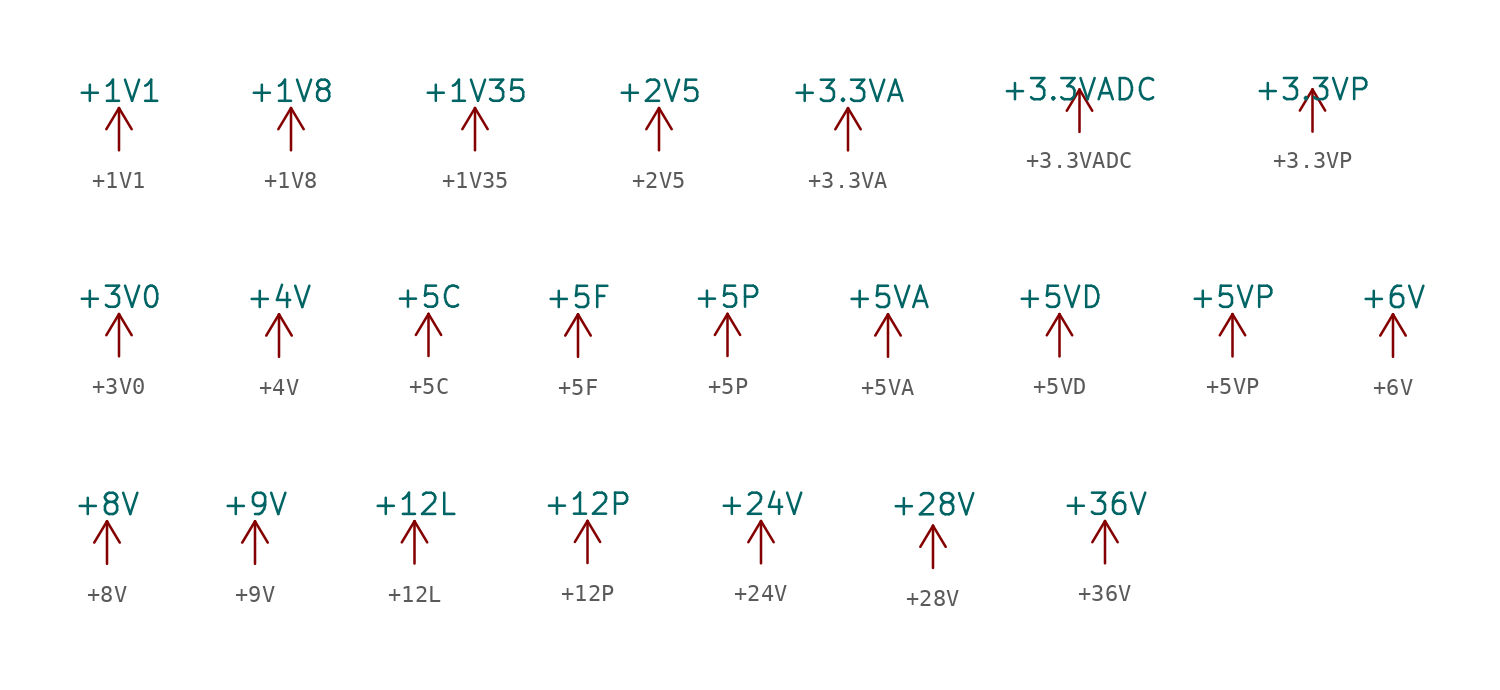
<source format=kicad_sym>
(kicad_symbol_lib
  (version 20211014)
  (generator kicad_symbol_editor)
  (symbol "power1:+1V1"
    (power)
    (pin_names
      (offset 0))
    (property "Reference" "#PWR"
      (at 0 -3.81 0)
      (effects (font (size 1.27 1.27)) hide))
    (property "Value" "+1V1"
      (at 0 3.556 0)
      (effects (font (size 1.27 1.27))))
    (symbol "+1V1_0_1"
      (polyline (pts (xy -0.762 1.27) (xy 0 2.54)) (stroke (width 0) (type default) (color 0 0 0 0)) (fill (type none)))
      (polyline (pts (xy 0 0) (xy 0 2.54)) (stroke (width 0) (type default) (color 0 0 0 0)) (fill (type none)))
      (polyline (pts (xy 0 2.54) (xy 0.762 1.27)) (stroke (width 0) (type default) (color 0 0 0 0)) (fill (type none))))
    (symbol "+1V1_1_1"
      (pin power_in line (at 0 0 90) (length 0) hide (name "+1V1" (effects (font (size 1.27 1.27)))) (number "1" (effects (font (size 1.27 1.27)))))))
  (symbol "power1:+1V8"
    (power)
    (pin_names
      (offset 0))
    (property "Reference" "#PWR"
      (at 0 -3.81 0)
      (effects (font (size 1.27 1.27)) hide))
    (property "Value" "+1V8"
      (at 0 3.556 0)
      (effects (font (size 1.27 1.27))))
    (symbol "+1V8_0_1"
      (polyline (pts (xy -0.762 1.27) (xy 0 2.54)) (stroke (width 0) (type default) (color 0 0 0 0)) (fill (type none)))
      (polyline (pts (xy 0 0) (xy 0 2.54)) (stroke (width 0) (type default) (color 0 0 0 0)) (fill (type none)))
      (polyline (pts (xy 0 2.54) (xy 0.762 1.27)) (stroke (width 0) (type default) (color 0 0 0 0)) (fill (type none))))
    (symbol "+1V8_1_1"
      (pin power_in line (at 0 0 90) (length 0) hide (name "+1V8" (effects (font (size 1.27 1.27)))) (number "1" (effects (font (size 1.27 1.27)))))))
  (symbol "power1:+1V35"
    (power)
    (pin_names
      (offset 0))
    (property "Reference" "#PWR"
      (at 0 -3.81 0)
      (effects (font (size 1.27 1.27)) hide))
    (property "Value" "+1V35"
      (at 0 3.556 0)
      (effects (font (size 1.27 1.27))))
    (symbol "+1V35_0_1"
      (polyline (pts (xy -0.762 1.27) (xy 0 2.54)) (stroke (width 0) (type default) (color 0 0 0 0)) (fill (type none)))
      (polyline (pts (xy 0 0) (xy 0 2.54)) (stroke (width 0) (type default) (color 0 0 0 0)) (fill (type none)))
      (polyline (pts (xy 0 2.54) (xy 0.762 1.27)) (stroke (width 0) (type default) (color 0 0 0 0)) (fill (type none))))
    (symbol "+1V35_1_1"
      (pin power_in line (at 0 0 90) (length 0) hide (name "+1V35" (effects (font (size 1.27 1.27)))) (number "1" (effects (font (size 1.27 1.27)))))))
  (symbol "power1:+2V5"
    (power)
    (pin_names
      (offset 0))
    (property "Reference" "#PWR"
      (at 0 -3.81 0)
      (effects (font (size 1.27 1.27)) hide))
    (property "Value" "+2V5"
      (at 0 3.556 0)
      (effects (font (size 1.27 1.27))))
    (symbol "+2V5_0_1"
      (polyline (pts (xy -0.762 1.27) (xy 0 2.54)) (stroke (width 0) (type default) (color 0 0 0 0)) (fill (type none)))
      (polyline (pts (xy 0 0) (xy 0 2.54)) (stroke (width 0) (type default) (color 0 0 0 0)) (fill (type none)))
      (polyline (pts (xy 0 2.54) (xy 0.762 1.27)) (stroke (width 0) (type default) (color 0 0 0 0)) (fill (type none))))
    (symbol "+2V5_1_1"
      (pin power_in line (at 0 0 90) (length 0) hide (name "+2V5" (effects (font (size 1.27 1.27)))) (number "1" (effects (font (size 1.27 1.27)))))))
  (symbol "power1:+3.3VA"
    (power)
    (pin_names
      (offset 0))
    (property "Reference" "#PWR"
      (at 0 -3.81 0)
      (effects (font (size 1.27 1.27)) hide))
    (property "Value" "+3.3VA"
      (at 0 3.556 0)
      (effects (font (size 1.27 1.27))))
    (symbol "+3.3VA_0_1"
      (polyline (pts (xy -0.762 1.27) (xy 0 2.54)) (stroke (width 0) (type default) (color 0 0 0 0)) (fill (type none)))
      (polyline (pts (xy 0 0) (xy 0 2.54)) (stroke (width 0) (type default) (color 0 0 0 0)) (fill (type none)))
      (polyline (pts (xy 0 2.54) (xy 0.762 1.27)) (stroke (width 0) (type default) (color 0 0 0 0)) (fill (type none))))
    (symbol "+3.3VA_1_1"
      (pin power_in line (at 0 0 90) (length 0) hide (name "+3.3VA" (effects (font (size 1.27 1.27)))) (number "1" (effects (font (size 1.27 1.27)))))))
  (symbol "power1:+3.3VADC"
    (power)
    (pin_names
      (offset 0))
    (property "Reference" "#PWR"
      (at 3.81 -1.27 0)
      (effects (font (size 1.27 1.27)) hide))
    (property "Value" "+3.3VADC"
      (at 0 2.54 0)
      (effects (font (size 1.27 1.27))))
    (symbol "+3.3VADC_0_0"
      (pin power_in line (at 0 0 90) (length 0) hide (name "+3.3VADC" (effects (font (size 1.27 1.27)))) (number "1" (effects (font (size 1.27 1.27))))))
    (symbol "+3.3VADC_0_1"
      (polyline (pts (xy -0.762 1.27) (xy 0 2.54)) (stroke (width 0) (type default) (color 0 0 0 0)) (fill (type none)))
      (polyline (pts (xy 0 0) (xy 0 2.54)) (stroke (width 0) (type default) (color 0 0 0 0)) (fill (type none)))
      (polyline (pts (xy 0 2.54) (xy 0.762 1.27)) (stroke (width 0) (type default) (color 0 0 0 0)) (fill (type none)))))
  (symbol "power1:+3.3VP"
    (power)
    (pin_names
      (offset 0))
    (property "Reference" "#PWR"
      (at 3.81 -1.27 0)
      (effects (font (size 1.27 1.27)) hide))
    (property "Value" "+3.3VP"
      (at 0 2.54 0)
      (effects (font (size 1.27 1.27))))
    (symbol "+3.3VP_0_0"
      (pin power_in line (at 0 0 90) (length 0) hide (name "+3.3VP" (effects (font (size 1.27 1.27)))) (number "1" (effects (font (size 1.27 1.27))))))
    (symbol "+3.3VP_0_1"
      (polyline (pts (xy -0.762 1.27) (xy 0 2.54)) (stroke (width 0) (type default) (color 0 0 0 0)) (fill (type none)))
      (polyline (pts (xy 0 0) (xy 0 2.54)) (stroke (width 0) (type default) (color 0 0 0 0)) (fill (type none)))
      (polyline (pts (xy 0 2.54) (xy 0.762 1.27)) (stroke (width 0) (type default) (color 0 0 0 0)) (fill (type none)))))
  (symbol "power1:+3V0"
    (power)
    (pin_names
      (offset 0))
    (property "Reference" "#PWR"
      (at 0 -3.81 0)
      (effects (font (size 1.27 1.27)) hide))
    (property "Value" "+3V0"
      (at 0 3.556 0)
      (effects (font (size 1.27 1.27))))
    (symbol "+3V0_0_1"
      (polyline (pts (xy -0.762 1.27) (xy 0 2.54)) (stroke (width 0) (type default) (color 0 0 0 0)) (fill (type none)))
      (polyline (pts (xy 0 0) (xy 0 2.54)) (stroke (width 0) (type default) (color 0 0 0 0)) (fill (type none)))
      (polyline (pts (xy 0 2.54) (xy 0.762 1.27)) (stroke (width 0) (type default) (color 0 0 0 0)) (fill (type none))))
    (symbol "+3V0_1_1"
      (pin power_in line (at 0 0 90) (length 0) hide (name "+3V0" (effects (font (size 1.27 1.27)))) (number "1" (effects (font (size 1.27 1.27)))))))
  (symbol "power1:+4V"
    (power)
    (pin_names
      (offset 0))
    (property "Reference" "#PWR"
      (at 0 -3.81 0)
      (effects (font (size 1.27 1.27)) hide))
    (property "Value" "+4V"
      (at 0 3.556 0)
      (effects (font (size 1.27 1.27))))
    (symbol "+4V_0_1"
      (polyline (pts (xy -0.762 1.27) (xy 0 2.54)) (stroke (width 0) (type default) (color 0 0 0 0)) (fill (type none)))
      (polyline (pts (xy 0 0) (xy 0 2.54)) (stroke (width 0) (type default) (color 0 0 0 0)) (fill (type none)))
      (polyline (pts (xy 0 2.54) (xy 0.762 1.27)) (stroke (width 0) (type default) (color 0 0 0 0)) (fill (type none))))
    (symbol "+4V_1_1"
      (pin power_in line (at 0 0 90) (length 0) hide (name "+4V" (effects (font (size 1.27 1.27)))) (number "1" (effects (font (size 1.27 1.27)))))))
  (symbol "power1:+5C"
    (power)
    (pin_names
      (offset 0))
    (property "Reference" "#PWR"
      (at 0 -3.81 0)
      (effects (font (size 1.27 1.27)) hide))
    (property "Value" "+5C"
      (at 0 3.556 0)
      (effects (font (size 1.27 1.27))))
    (symbol "+5C_0_1"
      (polyline (pts (xy -0.762 1.27) (xy 0 2.54)) (stroke (width 0) (type default) (color 0 0 0 0)) (fill (type none)))
      (polyline (pts (xy 0 0) (xy 0 2.54)) (stroke (width 0) (type default) (color 0 0 0 0)) (fill (type none)))
      (polyline (pts (xy 0 2.54) (xy 0.762 1.27)) (stroke (width 0) (type default) (color 0 0 0 0)) (fill (type none))))
    (symbol "+5C_1_1"
      (pin power_in line (at 0 0 90) (length 0) hide (name "+5C" (effects (font (size 1.27 1.27)))) (number "1" (effects (font (size 1.27 1.27)))))))
  (symbol "power1:+5F"
    (power)
    (pin_names
      (offset 0))
    (property "Reference" "#PWR"
      (at 0 -3.81 0)
      (effects (font (size 1.27 1.27)) hide))
    (property "Value" "+5F"
      (at 0 3.556 0)
      (effects (font (size 1.27 1.27))))
    (symbol "+5F_0_1"
      (polyline (pts (xy -0.762 1.27) (xy 0 2.54)) (stroke (width 0) (type default) (color 0 0 0 0)) (fill (type none)))
      (polyline (pts (xy 0 0) (xy 0 2.54)) (stroke (width 0) (type default) (color 0 0 0 0)) (fill (type none)))
      (polyline (pts (xy 0 2.54) (xy 0.762 1.27)) (stroke (width 0) (type default) (color 0 0 0 0)) (fill (type none))))
    (symbol "+5F_1_1"
      (pin power_in line (at 0 0 90) (length 0) hide (name "+5F" (effects (font (size 1.27 1.27)))) (number "1" (effects (font (size 1.27 1.27)))))))
  (symbol "power1:+5P"
    (power)
    (pin_names
      (offset 0))
    (property "Reference" "#PWR"
      (at 0 -3.81 0)
      (effects (font (size 1.27 1.27)) hide))
    (property "Value" "+5P"
      (at 0 3.556 0)
      (effects (font (size 1.27 1.27))))
    (symbol "+5P_0_1"
      (polyline (pts (xy -0.762 1.27) (xy 0 2.54)) (stroke (width 0) (type default) (color 0 0 0 0)) (fill (type none)))
      (polyline (pts (xy 0 0) (xy 0 2.54)) (stroke (width 0) (type default) (color 0 0 0 0)) (fill (type none)))
      (polyline (pts (xy 0 2.54) (xy 0.762 1.27)) (stroke (width 0) (type default) (color 0 0 0 0)) (fill (type none))))
    (symbol "+5P_1_1"
      (pin power_in line (at 0 0 90) (length 0) hide (name "+5P" (effects (font (size 1.27 1.27)))) (number "1" (effects (font (size 1.27 1.27)))))))
  (symbol "power1:+5VA"
    (power)
    (pin_names
      (offset 0))
    (property "Reference" "#PWR"
      (at 0 -3.81 0)
      (effects (font (size 1.27 1.27)) hide))
    (property "Value" "+5VA"
      (at 0 3.556 0)
      (effects (font (size 1.27 1.27))))
    (symbol "+5VA_0_1"
      (polyline (pts (xy -0.762 1.27) (xy 0 2.54)) (stroke (width 0) (type default) (color 0 0 0 0)) (fill (type none)))
      (polyline (pts (xy 0 0) (xy 0 2.54)) (stroke (width 0) (type default) (color 0 0 0 0)) (fill (type none)))
      (polyline (pts (xy 0 2.54) (xy 0.762 1.27)) (stroke (width 0) (type default) (color 0 0 0 0)) (fill (type none))))
    (symbol "+5VA_1_1"
      (pin power_in line (at 0 0 90) (length 0) hide (name "+5VA" (effects (font (size 1.27 1.27)))) (number "1" (effects (font (size 1.27 1.27)))))))
  (symbol "power1:+5VD"
    (power)
    (pin_names
      (offset 0))
    (property "Reference" "#PWR"
      (at 0 -3.81 0)
      (effects (font (size 1.27 1.27)) hide))
    (property "Value" "+5VD"
      (at 0 3.556 0)
      (effects (font (size 1.27 1.27))))
    (symbol "+5VD_0_1"
      (polyline (pts (xy -0.762 1.27) (xy 0 2.54)) (stroke (width 0) (type default) (color 0 0 0 0)) (fill (type none)))
      (polyline (pts (xy 0 0) (xy 0 2.54)) (stroke (width 0) (type default) (color 0 0 0 0)) (fill (type none)))
      (polyline (pts (xy 0 2.54) (xy 0.762 1.27)) (stroke (width 0) (type default) (color 0 0 0 0)) (fill (type none))))
    (symbol "+5VD_1_1"
      (pin power_in line (at 0 0 90) (length 0) hide (name "+5VD" (effects (font (size 1.27 1.27)))) (number "1" (effects (font (size 1.27 1.27)))))))
  (symbol "power1:+5VP"
    (power)
    (pin_names
      (offset 0))
    (property "Reference" "#PWR"
      (at 0 -3.81 0)
      (effects (font (size 1.27 1.27)) hide))
    (property "Value" "+5VP"
      (at 0 3.556 0)
      (effects (font (size 1.27 1.27))))
    (symbol "+5VP_0_1"
      (polyline (pts (xy -0.762 1.27) (xy 0 2.54)) (stroke (width 0) (type default) (color 0 0 0 0)) (fill (type none)))
      (polyline (pts (xy 0 0) (xy 0 2.54)) (stroke (width 0) (type default) (color 0 0 0 0)) (fill (type none)))
      (polyline (pts (xy 0 2.54) (xy 0.762 1.27)) (stroke (width 0) (type default) (color 0 0 0 0)) (fill (type none))))
    (symbol "+5VP_1_1"
      (pin power_in line (at 0 0 90) (length 0) hide (name "+5VP" (effects (font (size 1.27 1.27)))) (number "1" (effects (font (size 1.27 1.27)))))))
  (symbol "power1:+6V"
    (power)
    (pin_names
      (offset 0))
    (property "Reference" "#PWR"
      (at 0 -3.81 0)
      (effects (font (size 1.27 1.27)) hide))
    (property "Value" "+6V"
      (at 0 3.556 0)
      (effects (font (size 1.27 1.27))))
    (symbol "+6V_0_1"
      (polyline (pts (xy -0.762 1.27) (xy 0 2.54)) (stroke (width 0) (type default) (color 0 0 0 0)) (fill (type none)))
      (polyline (pts (xy 0 0) (xy 0 2.54)) (stroke (width 0) (type default) (color 0 0 0 0)) (fill (type none)))
      (polyline (pts (xy 0 2.54) (xy 0.762 1.27)) (stroke (width 0) (type default) (color 0 0 0 0)) (fill (type none))))
    (symbol "+6V_1_1"
      (pin power_in line (at 0 0 90) (length 0) hide (name "+6V" (effects (font (size 1.27 1.27)))) (number "1" (effects (font (size 1.27 1.27)))))))
  (symbol "power1:+8V"
    (power)
    (pin_names
      (offset 0))
    (property "Reference" "#PWR"
      (at 0 -3.81 0)
      (effects (font (size 1.27 1.27)) hide))
    (property "Value" "+8V"
      (at 0 3.556 0)
      (effects (font (size 1.27 1.27))))
    (symbol "+8V_0_1"
      (polyline (pts (xy -0.762 1.27) (xy 0 2.54)) (stroke (width 0) (type default) (color 0 0 0 0)) (fill (type none)))
      (polyline (pts (xy 0 0) (xy 0 2.54)) (stroke (width 0) (type default) (color 0 0 0 0)) (fill (type none)))
      (polyline (pts (xy 0 2.54) (xy 0.762 1.27)) (stroke (width 0) (type default) (color 0 0 0 0)) (fill (type none))))
    (symbol "+8V_1_1"
      (pin power_in line (at 0 0 90) (length 0) hide (name "+8V" (effects (font (size 1.27 1.27)))) (number "1" (effects (font (size 1.27 1.27)))))))
  (symbol "power1:+9V"
    (power)
    (pin_names
      (offset 0))
    (property "Reference" "#PWR"
      (at 0 -3.81 0)
      (effects (font (size 1.27 1.27)) hide))
    (property "Value" "+9V"
      (at 0 3.556 0)
      (effects (font (size 1.27 1.27))))
    (symbol "+9V_0_1"
      (polyline (pts (xy -0.762 1.27) (xy 0 2.54)) (stroke (width 0) (type default) (color 0 0 0 0)) (fill (type none)))
      (polyline (pts (xy 0 0) (xy 0 2.54)) (stroke (width 0) (type default) (color 0 0 0 0)) (fill (type none)))
      (polyline (pts (xy 0 2.54) (xy 0.762 1.27)) (stroke (width 0) (type default) (color 0 0 0 0)) (fill (type none))))
    (symbol "+9V_1_1"
      (pin power_in line (at 0 0 90) (length 0) hide (name "+9V" (effects (font (size 1.27 1.27)))) (number "1" (effects (font (size 1.27 1.27)))))))
  (symbol "power1:+12L"
    (power)
    (pin_names
      (offset 0))
    (property "Reference" "#PWR"
      (at 0 -3.81 0)
      (effects (font (size 1.27 1.27)) hide))
    (property "Value" "+12L"
      (at 0 3.556 0)
      (effects (font (size 1.27 1.27))))
    (symbol "+12L_0_1"
      (polyline (pts (xy -0.762 1.27) (xy 0 2.54)) (stroke (width 0) (type default) (color 0 0 0 0)) (fill (type none)))
      (polyline (pts (xy 0 0) (xy 0 2.54)) (stroke (width 0) (type default) (color 0 0 0 0)) (fill (type none)))
      (polyline (pts (xy 0 2.54) (xy 0.762 1.27)) (stroke (width 0) (type default) (color 0 0 0 0)) (fill (type none))))
    (symbol "+12L_1_1"
      (pin power_in line (at 0 0 90) (length 0) hide (name "+12L" (effects (font (size 1.27 1.27)))) (number "1" (effects (font (size 1.27 1.27)))))))
  (symbol "power1:+12P"
    (power)
    (pin_names
      (offset 0))
    (property "Reference" "#PWR"
      (at 0 -3.81 0)
      (effects (font (size 1.27 1.27)) hide))
    (property "Value" "+12P"
      (at 0 3.556 0)
      (effects (font (size 1.27 1.27))))
    (symbol "+12P_0_1"
      (polyline (pts (xy -0.762 1.27) (xy 0 2.54)) (stroke (width 0) (type default) (color 0 0 0 0)) (fill (type none)))
      (polyline (pts (xy 0 0) (xy 0 2.54)) (stroke (width 0) (type default) (color 0 0 0 0)) (fill (type none)))
      (polyline (pts (xy 0 2.54) (xy 0.762 1.27)) (stroke (width 0) (type default) (color 0 0 0 0)) (fill (type none))))
    (symbol "+12P_1_1"
      (pin power_in line (at 0 0 90) (length 0) hide (name "+12P" (effects (font (size 1.27 1.27)))) (number "1" (effects (font (size 1.27 1.27)))))))
  (symbol "power1:+24V"
    (power)
    (pin_names
      (offset 0))
    (property "Reference" "#PWR"
      (at 0 -3.81 0)
      (effects (font (size 1.27 1.27)) hide))
    (property "Value" "+24V"
      (at 0 3.556 0)
      (effects (font (size 1.27 1.27))))
    (symbol "+24V_0_1"
      (polyline (pts (xy -0.762 1.27) (xy 0 2.54)) (stroke (width 0) (type default) (color 0 0 0 0)) (fill (type none)))
      (polyline (pts (xy 0 0) (xy 0 2.54)) (stroke (width 0) (type default) (color 0 0 0 0)) (fill (type none)))
      (polyline (pts (xy 0 2.54) (xy 0.762 1.27)) (stroke (width 0) (type default) (color 0 0 0 0)) (fill (type none))))
    (symbol "+24V_1_1"
      (pin power_in line (at 0 0 90) (length 0) hide (name "+24V" (effects (font (size 1.27 1.27)))) (number "1" (effects (font (size 1.27 1.27)))))))
  (symbol "power1:+28V"
    (power)
    (pin_names
      (offset 0))
    (property "Reference" "#PWR"
      (at 0 -3.81 0)
      (effects (font (size 1.27 1.27)) hide))
    (property "Value" "+28V"
      (at 0 3.81 0)
      (effects (font (size 1.27 1.27))))
    (symbol "+28V_0_1"
      (polyline (pts (xy -0.762 1.27) (xy 0 2.54)) (stroke (width 0) (type default) (color 0 0 0 0)) (fill (type none)))
      (polyline (pts (xy 0 0) (xy 0 2.54)) (stroke (width 0) (type default) (color 0 0 0 0)) (fill (type none)))
      (polyline (pts (xy 0 2.54) (xy 0.762 1.27)) (stroke (width 0) (type default) (color 0 0 0 0)) (fill (type none))))
    (symbol "+28V_1_1"
      (pin power_in line (at 0 0 90) (length 0) hide (name "+28V" (effects (font (size 1.27 1.27)))) (number "1" (effects (font (size 1.27 1.27)))))))
  (symbol "power1:+36V"
    (power)
    (pin_names
      (offset 0))
    (property "Reference" "#PWR"
      (at 0 -3.81 0)
      (effects (font (size 1.27 1.27)) hide))
    (property "Value" "+36V"
      (at 0 3.556 0)
      (effects (font (size 1.27 1.27))))
    (symbol "+36V_0_1"
      (polyline (pts (xy -0.762 1.27) (xy 0 2.54)) (stroke (width 0) (type default) (color 0 0 0 0)) (fill (type none)))
      (polyline (pts (xy 0 0) (xy 0 2.54)) (stroke (width 0) (type default) (color 0 0 0 0)) (fill (type none)))
      (polyline (pts (xy 0 2.54) (xy 0.762 1.27)) (stroke (width 0) (type default) (color 0 0 0 0)) (fill (type none))))
    (symbol "+36V_1_1"
      (pin power_in line (at 0 0 90) (length 0) hide (name "+36V" (effects (font (size 1.27 1.27)))) (number "1" (effects (font (size 1.27 1.27))))))))
</source>
